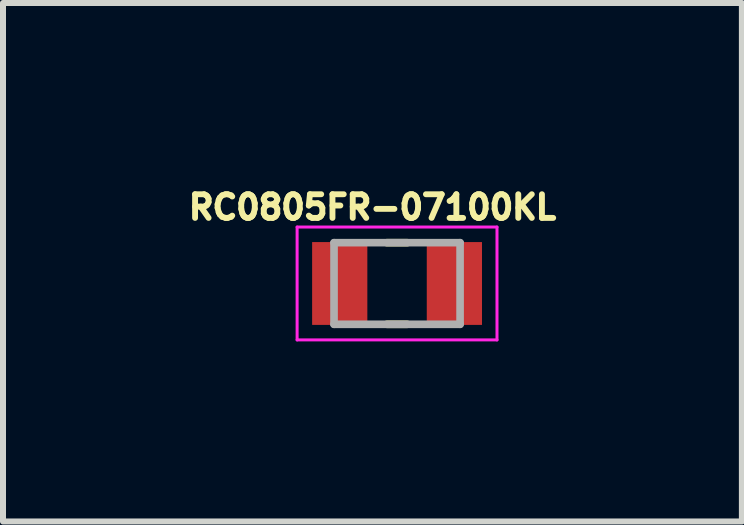
<source format=kicad_pcb>
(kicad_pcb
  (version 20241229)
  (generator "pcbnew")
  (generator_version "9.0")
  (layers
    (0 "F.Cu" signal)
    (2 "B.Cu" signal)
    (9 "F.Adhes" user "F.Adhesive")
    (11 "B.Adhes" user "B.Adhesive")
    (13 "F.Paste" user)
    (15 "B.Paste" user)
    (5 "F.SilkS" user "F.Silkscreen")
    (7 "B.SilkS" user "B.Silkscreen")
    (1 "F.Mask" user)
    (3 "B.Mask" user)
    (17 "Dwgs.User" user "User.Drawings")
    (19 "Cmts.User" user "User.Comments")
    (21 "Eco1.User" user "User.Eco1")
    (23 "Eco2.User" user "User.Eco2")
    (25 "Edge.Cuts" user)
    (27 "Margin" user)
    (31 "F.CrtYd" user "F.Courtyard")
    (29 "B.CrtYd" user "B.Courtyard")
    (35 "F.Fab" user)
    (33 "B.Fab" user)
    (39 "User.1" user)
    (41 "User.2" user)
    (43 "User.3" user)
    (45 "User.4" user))
  (footprint "RC0805FR-07100KL"
    (layer "F.Cu")
    (at 3.565 1.673)
    (property "Reference" "RC0805FR-07100KL" (at -0.41 -1.27 0) (layer "F.SilkS") (effects (font (size 0.394 0.394) (thickness 0.098))))
    (attr smd)
    (fp_line (start -0.17 -0.68) (end 0.17 -0.68) (stroke (width 0.127) (type solid)) (layer "F.SilkS"))
    (fp_line (start -0.17 0.68) (end 0.17 0.68) (stroke (width 0.127) (type solid)) (layer "F.SilkS"))
    (fp_line (start -1.665 -0.94) (end 1.665 -0.94) (stroke (width 0.05) (type solid)) (layer "F.CrtYd"))
    (fp_line (start -1.665 0.94) (end -1.665 -0.94) (stroke (width 0.05) (type solid)) (layer "F.CrtYd"))
    (fp_line (start -1.665 0.94) (end 1.665 0.94) (stroke (width 0.05) (type solid)) (layer "F.CrtYd"))
    (fp_line (start 1.665 0.94) (end 1.665 -0.94) (stroke (width 0.05) (type solid)) (layer "F.CrtYd"))
    (fp_line (start -1.05 0.68) (end -1.05 -0.68) (stroke (width 0.127) (type solid)) (layer "F.Fab"))
    (fp_line (start 1.05 -0.68) (end -1.05 -0.68) (stroke (width 0.127) (type solid)) (layer "F.Fab"))
    (fp_line (start 1.05 0.68) (end -1.05 0.68) (stroke (width 0.127) (type solid)) (layer "F.Fab"))
    (fp_line (start 1.05 0.68) (end 1.05 -0.68) (stroke (width 0.127) (type solid)) (layer "F.Fab"))
    (pad "1" smd rect (at -0.955 0) (size 0.92 1.38) (layers "F.Cu" "F.Mask" "F.Paste"))
    (pad "2" smd rect (at 0.955 0) (size 0.92 1.38) (layers "F.Cu" "F.Mask" "F.Paste")))
  (gr_rect
    (start -3 -3)
    (end 9.31 5.638)
    (stroke (width 0.1) (type default))
    (fill no)
    (layer "Edge.Cuts")))
</source>
